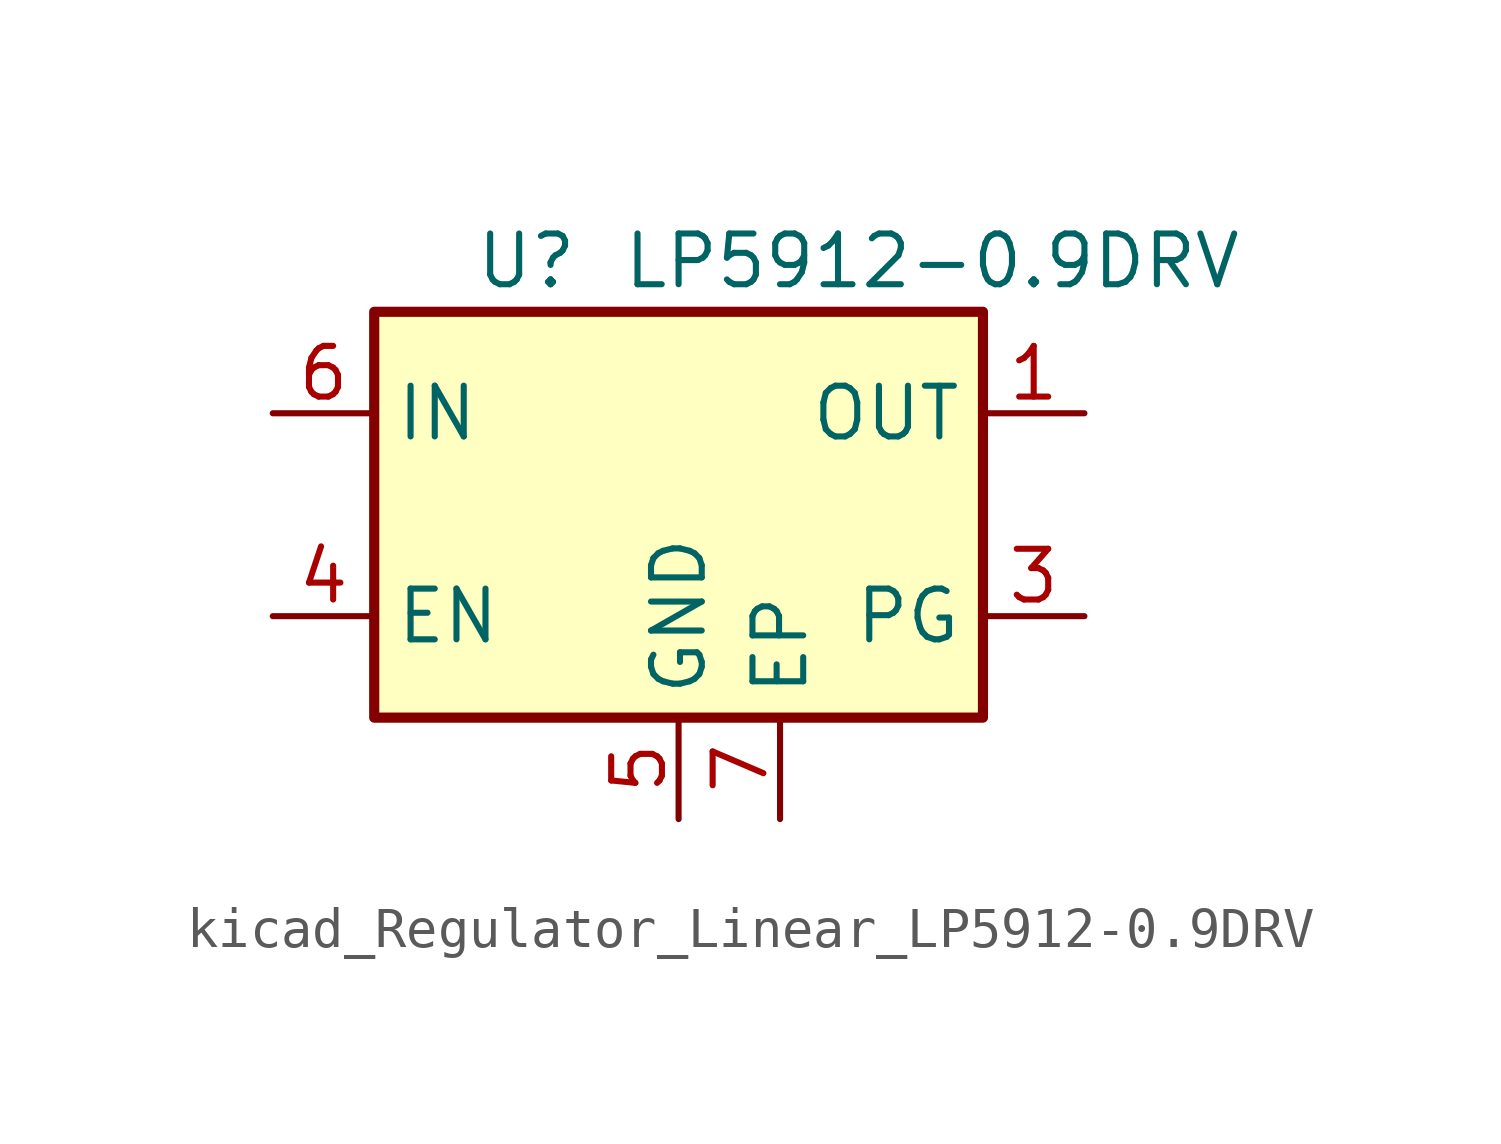
<source format=kicad_sym>
(kicad_symbol_lib
  (version 20220914)
  (generator kicad_symbol_editor)
  (symbol "kicad_Regulator_Linear_LP5912-0.9DRV"
    (property "Reference" "U"
      (at -3.81 6.35 0)
      (effects (font (size 1.27 1.27))))
    (property "Value" "LP5912-0.9DRV"
      (at 6.35 6.35 0)
      (effects (font (size 1.27 1.27))))
    (symbol "kicad_Regulator_Linear_LP5912-0.9DRV_0_1"
      (rectangle (start -7.62 -5.08) (end 7.62 5.08) (stroke (width 0.254) (type default)) (fill (type background)))
      (pin power_out line (at 10.16 2.54 180) (length 2.54) (name "OUT" (effects (font (size 1.27 1.27)))) (number "1" (effects (font (size 1.27 1.27)))))
      (pin no_connect line (at 7.62 0 180) (length 2.54) hide (name "NC" (effects (font (size 1.27 1.27)))) (number "2" (effects (font (size 1.27 1.27)))))
      (pin input line (at -10.16 -2.54 0) (length 2.54) (name "EN" (effects (font (size 1.27 1.27)))) (number "4" (effects (font (size 1.27 1.27)))))
      (pin power_in line (at 0 -7.62 90) (length 2.54) (name "GND" (effects (font (size 1.27 1.27)))) (number "5" (effects (font (size 1.27 1.27)))))
      (pin power_in line (at -10.16 2.54 0) (length 2.54) (name "IN" (effects (font (size 1.27 1.27)))) (number "6" (effects (font (size 1.27 1.27))))))
    (symbol "kicad_Regulator_Linear_LP5912-0.9DRV_1_1"
      (pin open_collector line (at 10.16 -2.54 180) (length 2.54) (name "PG" (effects (font (size 1.27 1.27)))) (number "3" (effects (font (size 1.27 1.27)))))
      (pin passive line (at 2.54 -7.62 90) (length 2.54) (name "EP" (effects (font (size 1.27 1.27)))) (number "7" (effects (font (size 1.27 1.27))))))))
</source>
